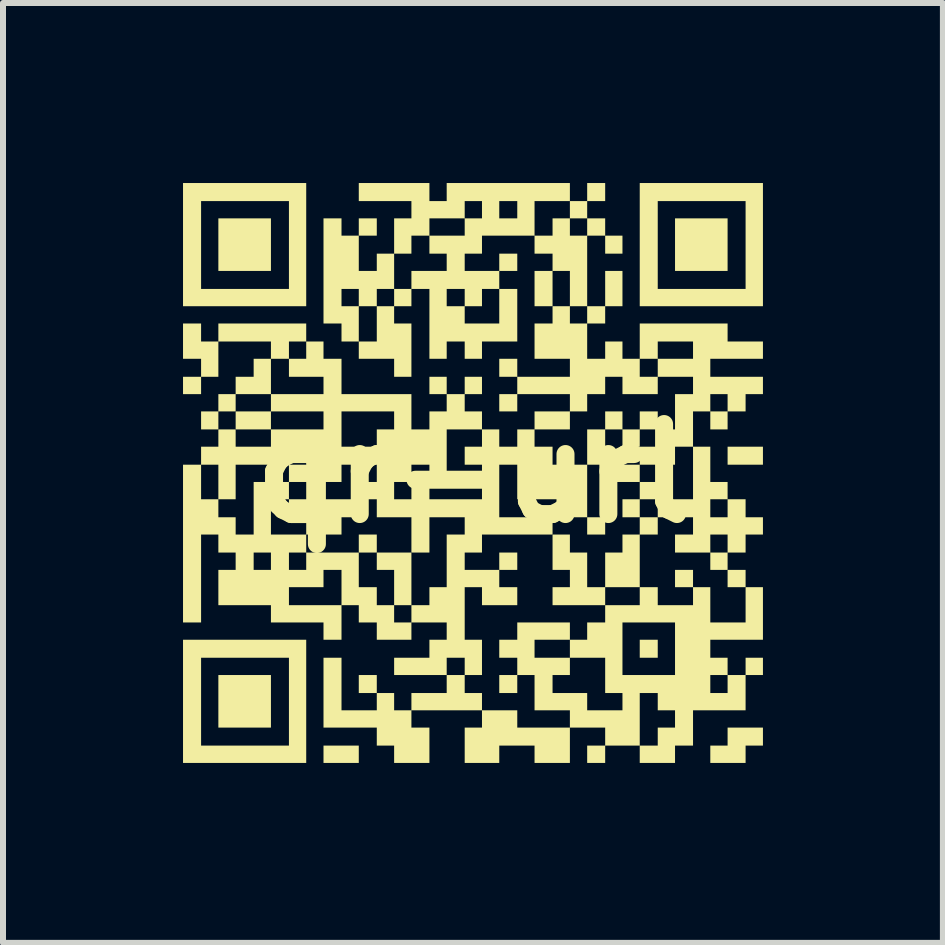
<source format=kicad_pcb>
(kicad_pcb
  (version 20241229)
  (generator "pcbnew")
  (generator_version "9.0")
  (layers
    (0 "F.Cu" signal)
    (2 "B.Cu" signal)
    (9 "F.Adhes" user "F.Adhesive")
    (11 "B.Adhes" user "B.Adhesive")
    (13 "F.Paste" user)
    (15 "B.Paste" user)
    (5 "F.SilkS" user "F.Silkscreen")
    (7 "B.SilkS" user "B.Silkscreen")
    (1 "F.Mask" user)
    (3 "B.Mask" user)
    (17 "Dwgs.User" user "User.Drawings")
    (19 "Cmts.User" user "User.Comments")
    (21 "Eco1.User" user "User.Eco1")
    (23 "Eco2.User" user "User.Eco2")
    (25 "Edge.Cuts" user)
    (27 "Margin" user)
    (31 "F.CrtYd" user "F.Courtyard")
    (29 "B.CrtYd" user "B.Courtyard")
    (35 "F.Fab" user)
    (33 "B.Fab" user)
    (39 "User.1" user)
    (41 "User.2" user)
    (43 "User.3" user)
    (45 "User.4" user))
  (footprint "qr-url"
    (layer "F.Cu")
    (at 4.838 4.838)
    (property "Reference" "qr-url" (at 0 0 0) (layer "F.SilkS") (effects (font (size 1.5 1.5) (thickness 0.3))))
    (attr board_only exclude_from_pos_files exclude_from_bom)
    (fp_poly (pts (xy -3.373 -3.811) (xy -3.373 -3.373) (xy -3.811 -3.373) (xy -4.249 -3.373) (xy -4.249 -3.811) (xy -4.249 -4.249) (xy -3.811 -4.249) (xy -3.373 -4.249)) (stroke (width 0) (type solid)) (fill yes) (layer "F.SilkS"))
    (fp_poly (pts (xy -3.373 -0.882) (xy -3.373 -0.732) (xy -3.667 -0.732) (xy -3.961 -0.732) (xy -3.961 -0.882) (xy -3.961 -1.032) (xy -3.667 -1.032) (xy -3.373 -1.032)) (stroke (width 0) (type solid)) (fill yes) (layer "F.SilkS"))
    (fp_poly (pts (xy -3.373 3.799) (xy -3.373 4.237) (xy -3.811 4.237) (xy -4.249 4.237) (xy -4.249 3.799) (xy -4.249 3.361) (xy -3.811 3.361) (xy -3.373 3.361)) (stroke (width 0) (type solid)) (fill yes) (layer "F.SilkS"))
    (fp_poly (pts (xy -1.909 4.681) (xy -1.909 4.826) (xy -2.203 4.826) (xy -2.497 4.826) (xy -2.497 4.681) (xy -2.497 4.537) (xy -2.203 4.537) (xy -1.909 4.537)) (stroke (width 0) (type solid)) (fill yes) (layer "F.SilkS"))
    (fp_poly (pts (xy -1.609 1.17) (xy -1.609 1.32) (xy -1.759 1.32) (xy -1.909 1.32) (xy -1.909 1.17) (xy -1.909 1.02) (xy -1.759 1.02) (xy -1.609 1.02)) (stroke (width 0) (type solid)) (fill yes) (layer "F.SilkS"))
    (fp_poly (pts (xy -1.609 3.511) (xy -1.609 3.661) (xy -1.759 3.661) (xy -1.909 3.661) (xy -1.909 3.511) (xy -1.909 3.361) (xy -1.759 3.361) (xy -1.609 3.361)) (stroke (width 0) (type solid)) (fill yes) (layer "F.SilkS"))
    (fp_poly (pts (xy 0.732 1.464) (xy 0.732 1.609) (xy 0.582 1.609) (xy 0.432 1.609) (xy 0.432 1.464) (xy 0.432 1.32) (xy 0.582 1.32) (xy 0.732 1.32)) (stroke (width 0) (type solid)) (fill yes) (layer "F.SilkS"))
    (fp_poly (pts (xy 0.732 3.511) (xy 0.732 3.661) (xy 0.582 3.661) (xy 0.432 3.661) (xy 0.432 3.511) (xy 0.432 3.361) (xy 0.582 3.361) (xy 0.732 3.361)) (stroke (width 0) (type solid)) (fill yes) (layer "F.SilkS"))
    (fp_poly (pts (xy 2.197 0.876) (xy 2.197 1.02) (xy 2.047 1.02) (xy 1.897 1.02) (xy 1.897 0.876) (xy 1.897 0.732) (xy 2.047 0.732) (xy 2.197 0.732)) (stroke (width 0) (type solid)) (fill yes) (layer "F.SilkS"))
    (fp_poly (pts (xy 2.485 -3.811) (xy 2.485 -3.661) (xy 2.341 -3.661) (xy 2.197 -3.661) (xy 2.197 -3.811) (xy 2.197 -3.961) (xy 2.341 -3.961) (xy 2.485 -3.961)) (stroke (width 0) (type solid)) (fill yes) (layer "F.SilkS"))
    (fp_poly (pts (xy 2.773 0) (xy 2.773 0.144) (xy 2.485 0.144) (xy 2.197 0.144) (xy 2.197 0) (xy 2.197 -0.144) (xy 2.485 -0.144) (xy 2.773 -0.144)) (stroke (width 0) (type solid)) (fill yes) (layer "F.SilkS"))
    (fp_poly (pts (xy 3.073 2.923) (xy 3.073 3.073) (xy 2.923 3.073) (xy 2.773 3.073) (xy 2.773 2.923) (xy 2.773 2.773) (xy 2.923 2.773) (xy 3.073 2.773)) (stroke (width 0) (type solid)) (fill yes) (layer "F.SilkS"))
    (fp_poly (pts (xy 3.661 1.753) (xy 3.661 1.897) (xy 3.511 1.897) (xy 3.361 1.897) (xy 3.361 1.753) (xy 3.361 1.609) (xy 3.511 1.609) (xy 3.661 1.609)) (stroke (width 0) (type solid)) (fill yes) (layer "F.SilkS"))
    (fp_poly (pts (xy 4.237 -3.811) (xy 4.237 -3.373) (xy 3.799 -3.373) (xy 3.361 -3.373) (xy 3.361 -3.811) (xy 3.361 -4.249) (xy 3.799 -4.249) (xy 4.237 -4.249)) (stroke (width 0) (type solid)) (fill yes) (layer "F.SilkS"))
    (fp_poly (pts (xy 4.537 1.753) (xy 4.537 1.897) (xy 4.387 1.897) (xy 4.237 1.897) (xy 4.237 1.753) (xy 4.237 1.609) (xy 4.387 1.609) (xy 4.537 1.609)) (stroke (width 0) (type solid)) (fill yes) (layer "F.SilkS"))
    (fp_poly (pts (xy 4.826 -0.294) (xy 4.826 -0.144) (xy 4.531 -0.144) (xy 4.237 -0.144) (xy 4.237 -0.294) (xy 4.237 -0.444) (xy 4.531 -0.444) (xy 4.826 -0.444)) (stroke (width 0) (type solid)) (fill yes) (layer "F.SilkS"))
    (fp_poly (pts (xy -1.032 1.759) (xy -1.032 2.197) (xy -1.176 2.197) (xy -1.32 2.197) (xy -1.32 1.903) (xy -1.32 1.609) (xy -1.464 1.609) (xy -1.609 1.609) (xy -1.609 1.464) (xy -1.609 1.32) (xy -1.32 1.32) (xy -1.032 1.32)) (stroke (width 0) (type solid)) (fill yes) (layer "F.SilkS"))
    (fp_poly (pts (xy 3.073 0.288) (xy 3.073 0.432) (xy 2.923 0.432) (xy 2.773 0.432) (xy 2.773 0.582) (xy 2.773 0.732) (xy 2.629 0.732) (xy 2.485 0.732) (xy 2.485 0.582) (xy 2.485 0.432) (xy 2.629 0.432) (xy 2.773 0.432) (xy 2.773 0.288) (xy 2.773 0.144) (xy 2.923 0.144) (xy 3.073 0.144)) (stroke (width 0) (type solid)) (fill yes) (layer "F.SilkS"))
    (fp_poly (pts (xy 4.826 4.387) (xy 4.826 4.537) (xy 4.681 4.537) (xy 4.537 4.537) (xy 4.537 4.681) (xy 4.537 4.826) (xy 4.243 4.826) (xy 3.949 4.826) (xy 3.949 4.681) (xy 3.949 4.537) (xy 4.093 4.537) (xy 4.237 4.537) (xy 4.237 4.387) (xy 4.237 4.237) (xy 4.531 4.237) (xy 4.826 4.237)) (stroke (width 0) (type solid)) (fill yes) (layer "F.SilkS"))
    (fp_poly (pts (xy -2.785 -3.811) (xy -2.785 -2.785) (xy -3.811 -2.785) (xy -4.838 -2.785) (xy -4.838 -3.811) (xy -4.838 -4.537) (xy -4.537 -4.537) (xy -4.537 -3.805) (xy -4.537 -3.073) (xy -3.805 -3.073) (xy -3.073 -3.073) (xy -3.073 -3.805) (xy -3.073 -4.537) (xy -3.805 -4.537) (xy -4.537 -4.537) (xy -4.838 -4.537) (xy -4.838 -4.838) (xy -3.811 -4.838) (xy -2.785 -4.838)) (stroke (width 0) (type solid)) (fill yes) (layer "F.SilkS"))
    (fp_poly (pts (xy -2.785 3.799) (xy -2.785 4.826) (xy -3.811 4.826) (xy -4.838 4.826) (xy -4.838 3.799) (xy -4.838 3.073) (xy -4.537 3.073) (xy -4.537 3.805) (xy -4.537 4.537) (xy -3.805 4.537) (xy -3.073 4.537) (xy -3.073 3.805) (xy -3.073 3.073) (xy -3.805 3.073) (xy -4.537 3.073) (xy -4.838 3.073) (xy -4.838 2.773) (xy -3.811 2.773) (xy -2.785 2.773)) (stroke (width 0) (type solid)) (fill yes) (layer "F.SilkS"))
    (fp_poly (pts (xy 4.826 -3.811) (xy 4.826 -2.785) (xy 3.799 -2.785) (xy 2.773 -2.785) (xy 2.773 -3.811) (xy 2.773 -4.537) (xy 3.073 -4.537) (xy 3.073 -3.805) (xy 3.073 -3.073) (xy 3.805 -3.073) (xy 4.537 -3.073) (xy 4.537 -3.805) (xy 4.537 -4.537) (xy 3.805 -4.537) (xy 3.073 -4.537) (xy 2.773 -4.537) (xy 2.773 -4.838) (xy 3.799 -4.838) (xy 4.826 -4.838)) (stroke (width 0) (type solid)) (fill yes) (layer "F.SilkS"))
    (fp_poly (pts (xy 2.485 -0.882) (xy 2.485 -0.732) (xy 2.629 -0.732) (xy 2.773 -0.732) (xy 2.773 -0.882) (xy 2.773 -1.032) (xy 2.923 -1.032) (xy 3.073 -1.032) (xy 3.073 -0.882) (xy 3.073 -0.732) (xy 2.923 -0.732) (xy 2.773 -0.732) (xy 2.773 -0.588) (xy 2.773 -0.444) (xy 2.629 -0.444) (xy 2.485 -0.444) (xy 2.485 -0.588) (xy 2.485 -0.732) (xy 2.341 -0.732) (xy 2.197 -0.732) (xy 2.197 -0.438) (xy 2.197 -0.144) (xy 2.047 -0.144) (xy 1.897 -0.144) (xy 1.897 -0.438) (xy 1.897 -0.732) (xy 2.047 -0.732) (xy 2.197 -0.732) (xy 2.197 -0.882) (xy 2.197 -1.032) (xy 2.341 -1.032) (xy 2.485 -1.032)) (stroke (width 0) (type solid)) (fill yes) (layer "F.SilkS"))
    (fp_poly (pts (xy 3.073 0.876) (xy 3.073 1.02) (xy 2.923 1.02) (xy 2.773 1.02) (xy 2.773 1.458) (xy 2.773 1.897) (xy 2.485 1.897) (xy 2.197 1.897) (xy 2.197 2.047) (xy 2.197 2.197) (xy 1.759 2.197) (xy 1.32 2.197) (xy 1.32 2.047) (xy 1.32 1.897) (xy 1.464 1.897) (xy 1.609 1.897) (xy 1.609 1.753) (xy 1.609 1.609) (xy 1.464 1.609) (xy 1.32 1.609) (xy 1.32 1.314) (xy 1.32 1.02) (xy 1.464 1.02) (xy 1.609 1.02) (xy 1.609 1.17) (xy 1.609 1.32) (xy 1.753 1.32) (xy 1.897 1.32) (xy 1.897 1.609) (xy 1.897 1.897) (xy 2.047 1.897) (xy 2.197 1.897) (xy 2.197 1.609) (xy 2.197 1.32) (xy 2.341 1.32) (xy 2.485 1.32) (xy 2.485 1.17) (xy 2.485 1.02) (xy 2.629 1.02) (xy 2.773 1.02) (xy 2.773 0.876) (xy 2.773 0.732) (xy 2.923 0.732) (xy 3.073 0.732)) (stroke (width 0) (type solid)) (fill yes) (layer "F.SilkS"))
    (fp_poly (pts (xy -2.197 3.511) (xy -2.197 3.949) (xy -1.903 3.949) (xy -1.609 3.949) (xy -1.609 3.805) (xy -1.609 3.661) (xy -1.464 3.661) (xy -1.32 3.661) (xy -1.32 3.805) (xy -1.32 3.949) (xy -1.176 3.949) (xy -1.032 3.949) (xy -1.032 3.805) (xy -1.032 3.661) (xy -0.738 3.661) (xy -0.444 3.661) (xy -0.444 3.511) (xy -0.444 3.361) (xy -0.294 3.361) (xy -0.144 3.361) (xy -0.144 3.511) (xy -0.144 3.661) (xy 0 3.661) (xy 0.144 3.661) (xy 0.144 3.805) (xy 0.144 3.949) (xy -0.444 3.949) (xy -1.032 3.949) (xy -1.032 4.093) (xy -1.032 4.237) (xy -0.882 4.237) (xy -0.732 4.237) (xy -0.732 4.531) (xy -0.732 4.826) (xy -1.026 4.826) (xy -1.32 4.826) (xy -1.32 4.681) (xy -1.32 4.537) (xy -1.464 4.537) (xy -1.609 4.537) (xy -1.609 4.387) (xy -1.609 4.237) (xy -2.053 4.237) (xy -2.497 4.237) (xy -2.497 3.655) (xy -2.497 3.073) (xy -2.347 3.073) (xy -2.197 3.073)) (stroke (width 0) (type solid)) (fill yes) (layer "F.SilkS"))
    (fp_poly (pts (xy 3.949 -0.15) (xy 3.949 0.144) (xy 4.093 0.144) (xy 4.237 0.144) (xy 4.237 0.288) (xy 4.237 0.432) (xy 4.093 0.432) (xy 3.949 0.432) (xy 3.949 0.582) (xy 3.949 0.732) (xy 4.093 0.732) (xy 4.237 0.732) (xy 4.237 0.582) (xy 4.237 0.432) (xy 4.387 0.432) (xy 4.537 0.432) (xy 4.537 0.582) (xy 4.537 0.732) (xy 4.681 0.732) (xy 4.826 0.732) (xy 4.826 0.876) (xy 4.826 1.02) (xy 4.681 1.02) (xy 4.537 1.02) (xy 4.537 1.17) (xy 4.537 1.32) (xy 4.387 1.32) (xy 4.237 1.32) (xy 4.237 1.464) (xy 4.237 1.609) (xy 4.093 1.609) (xy 3.949 1.609) (xy 3.949 1.464) (xy 3.949 1.32) (xy 4.093 1.32) (xy 4.237 1.32) (xy 4.237 1.17) (xy 4.237 1.02) (xy 4.093 1.02) (xy 3.949 1.02) (xy 3.949 1.17) (xy 3.949 1.32) (xy 3.655 1.32) (xy 3.361 1.32) (xy 3.361 1.17) (xy 3.361 1.02) (xy 3.511 1.02) (xy 3.661 1.02) (xy 3.661 0.876) (xy 3.661 0.732) (xy 3.367 0.732) (xy 3.073 0.732) (xy 3.073 0.582) (xy 3.073 0.432) (xy 3.367 0.432) (xy 3.661 0.432) (xy 3.661 -0.006) (xy 3.661 -0.444) (xy 3.805 -0.444) (xy 3.949 -0.444)) (stroke (width 0) (type solid)) (fill yes) (layer "F.SilkS"))
    (fp_poly (pts (xy -4.537 -2.347) (xy -4.537 -2.197) (xy -4.393 -2.197) (xy -4.249 -2.197) (xy -4.249 -2.347) (xy -4.249 -2.497) (xy -3.517 -2.497) (xy -2.785 -2.497) (xy -2.785 -2.347) (xy -2.785 -2.197) (xy -2.929 -2.197) (xy -3.073 -2.197) (xy -3.073 -2.053) (xy -3.073 -1.909) (xy -3.223 -1.909) (xy -3.373 -1.909) (xy -3.373 -1.615) (xy -3.373 -1.32) (xy -3.667 -1.32) (xy -3.961 -1.32) (xy -3.961 -1.176) (xy -3.961 -1.032) (xy -4.105 -1.032) (xy -4.249 -1.032) (xy -4.249 -0.882) (xy -4.249 -0.732) (xy -4.393 -0.732) (xy -4.537 -0.732) (xy -4.537 -0.882) (xy -4.537 -1.032) (xy -4.393 -1.032) (xy -4.249 -1.032) (xy -4.249 -1.176) (xy -4.249 -1.32) (xy -4.105 -1.32) (xy -3.961 -1.32) (xy -3.961 -1.464) (xy -3.961 -1.609) (xy -3.811 -1.609) (xy -3.661 -1.609) (xy -3.661 -1.759) (xy -3.661 -1.909) (xy -3.517 -1.909) (xy -3.373 -1.909) (xy -3.373 -2.053) (xy -3.373 -2.197) (xy -3.811 -2.197) (xy -4.249 -2.197) (xy -4.249 -1.903) (xy -4.249 -1.609) (xy -4.393 -1.609) (xy -4.537 -1.609) (xy -4.537 -1.464) (xy -4.537 -1.32) (xy -4.687 -1.32) (xy -4.838 -1.32) (xy -4.838 -1.464) (xy -4.838 -1.609) (xy -4.687 -1.609) (xy -4.537 -1.609) (xy -4.537 -1.759) (xy -4.537 -1.909) (xy -4.687 -1.909) (xy -4.838 -1.909) (xy -4.838 -2.203) (xy -4.838 -2.497) (xy -4.687 -2.497) (xy -4.537 -2.497)) (stroke (width 0) (type solid)) (fill yes) (layer "F.SilkS"))
    (fp_poly (pts (xy 3.073 2.047) (xy 3.073 2.197) (xy 3.367 2.197) (xy 3.661 2.197) (xy 3.661 2.047) (xy 3.661 1.897) (xy 3.805 1.897) (xy 3.949 1.897) (xy 3.949 2.191) (xy 3.949 2.485) (xy 4.243 2.485) (xy 4.537 2.485) (xy 4.537 2.191) (xy 4.537 1.897) (xy 4.681 1.897) (xy 4.826 1.897) (xy 4.826 2.335) (xy 4.826 2.773) (xy 4.387 2.773) (xy 3.949 2.773) (xy 3.949 2.923) (xy 3.949 3.073) (xy 4.093 3.073) (xy 4.237 3.073) (xy 4.237 3.217) (xy 4.237 3.361) (xy 4.387 3.361) (xy 4.537 3.361) (xy 4.537 3.217) (xy 4.537 3.073) (xy 4.681 3.073) (xy 4.826 3.073) (xy 4.826 3.217) (xy 4.826 3.361) (xy 4.681 3.361) (xy 4.537 3.361) (xy 4.537 3.655) (xy 4.537 3.949) (xy 4.099 3.949) (xy 3.661 3.949) (xy 3.661 4.243) (xy 3.661 4.537) (xy 3.511 4.537) (xy 3.361 4.537) (xy 3.361 4.681) (xy 3.361 4.826) (xy 3.067 4.826) (xy 2.773 4.826) (xy 2.773 4.681) (xy 2.773 4.537) (xy 2.485 4.537) (xy 2.197 4.537) (xy 2.197 4.681) (xy 2.197 4.826) (xy 2.047 4.826) (xy 1.897 4.826) (xy 1.897 4.681) (xy 1.897 4.537) (xy 2.047 4.537) (xy 2.197 4.537) (xy 2.197 4.387) (xy 2.197 4.237) (xy 1.903 4.237) (xy 1.609 4.237) (xy 1.609 4.531) (xy 1.609 4.826) (xy 1.314 4.826) (xy 1.02 4.826) (xy 1.02 4.681) (xy 1.02 4.537) (xy 0.726 4.537) (xy 0.432 4.537) (xy 0.432 4.681) (xy 0.432 4.826) (xy 0.144 4.826) (xy -0.144 4.826) (xy -0.144 4.531) (xy -0.144 4.237) (xy 0 4.237) (xy 0.144 4.237) (xy 0.144 4.093) (xy 0.144 3.949) (xy 0.438 3.949) (xy 0.732 3.949) (xy 0.732 4.093) (xy 0.732 4.237) (xy 1.17 4.237) (xy 1.609 4.237) (xy 1.609 4.093) (xy 1.609 3.949) (xy 1.314 3.949) (xy 1.02 3.949) (xy 1.02 3.661) (xy 1.32 3.661) (xy 1.609 3.661) (xy 1.897 3.661) (xy 1.897 3.805) (xy 1.897 3.949) (xy 2.191 3.949) (xy 2.485 3.949) (xy 2.485 3.805) (xy 2.485 3.661) (xy 2.773 3.661) (xy 2.773 4.099) (xy 2.773 4.537) (xy 2.923 4.537) (xy 3.073 4.537) (xy 3.073 4.387) (xy 3.073 4.237) (xy 3.217 4.237) (xy 3.361 4.237) (xy 3.361 4.093) (xy 3.361 3.949) (xy 3.217 3.949) (xy 3.073 3.949) (xy 3.073 3.805) (xy 3.073 3.661) (xy 2.923 3.661) (xy 2.773 3.661) (xy 2.485 3.661) (xy 2.341 3.661) (xy 2.197 3.661) (xy 2.197 3.367) (xy 2.197 3.073) (xy 1.903 3.073) (xy 1.609 3.073) (xy 1.609 3.217) (xy 1.609 3.361) (xy 1.464 3.361) (xy 1.32 3.361) (xy 1.32 3.511) (xy 1.32 3.661) (xy 1.02 3.661) (xy 1.02 3.655) (xy 1.02 3.361) (xy 0.876 3.361) (xy 0.732 3.361) (xy 0.732 3.217) (xy 0.732 3.073) (xy 0.582 3.073) (xy 0.432 3.073) (xy 0.432 2.923) (xy 0.432 2.773) (xy 0.582 2.773) (xy 0.732 2.773) (xy 0.732 2.629) (xy 0.732 2.485) (xy 1.17 2.485) (xy 1.609 2.485) (xy 1.609 2.629) (xy 1.609 2.773) (xy 1.314 2.773) (xy 1.02 2.773) (xy 1.02 2.923) (xy 1.02 3.073) (xy 1.314 3.073) (xy 1.609 3.073) (xy 1.609 2.923) (xy 1.609 2.773) (xy 1.753 2.773) (xy 1.897 2.773) (xy 1.897 2.629) (xy 1.897 2.485) (xy 2.047 2.485) (xy 2.197 2.485) (xy 2.485 2.485) (xy 2.485 2.923) (xy 2.485 3.361) (xy 2.923 3.361) (xy 3.361 3.361) (xy 3.949 3.361) (xy 3.949 3.511) (xy 3.949 3.661) (xy 4.093 3.661) (xy 4.237 3.661) (xy 4.237 3.511) (xy 4.237 3.361) (xy 4.093 3.361) (xy 3.949 3.361) (xy 3.361 3.361) (xy 3.361 2.923) (xy 3.361 2.485) (xy 2.923 2.485) (xy 2.485 2.485) (xy 2.197 2.485) (xy 2.197 2.341) (xy 2.197 2.197) (xy 2.485 2.197) (xy 2.773 2.197) (xy 2.773 2.047) (xy 2.773 1.897) (xy 2.923 1.897) (xy 3.073 1.897)) (stroke (width 0) (type solid)) (fill yes) (layer "F.SilkS"))
    (fp_poly (pts (xy -0.732 -4.687) (xy -0.732 -4.537) (xy -0.588 -4.537) (xy -0.444 -4.537) (xy -0.444 -4.687) (xy -0.444 -4.838) (xy 0.582 -4.838) (xy 1.609 -4.838) (xy 1.609 -4.687) (xy 1.609 -4.537) (xy 1.753 -4.537) (xy 1.897 -4.537) (xy 1.897 -4.687) (xy 1.897 -4.838) (xy 2.047 -4.838) (xy 2.197 -4.838) (xy 2.197 -4.687) (xy 2.197 -4.537) (xy 2.047 -4.537) (xy 1.897 -4.537) (xy 1.897 -4.393) (xy 1.897 -4.249) (xy 1.753 -4.249) (xy 1.609 -4.249) (xy 1.609 -4.105) (xy 1.609 -3.961) (xy 1.753 -3.961) (xy 1.897 -3.961) (xy 1.897 -4.105) (xy 1.897 -4.249) (xy 2.047 -4.249) (xy 2.197 -4.249) (xy 2.197 -4.105) (xy 2.197 -3.961) (xy 2.047 -3.961) (xy 1.897 -3.961) (xy 1.897 -3.373) (xy 1.897 -2.785) (xy 2.047 -2.785) (xy 2.197 -2.785) (xy 2.197 -3.079) (xy 2.197 -3.373) (xy 2.341 -3.373) (xy 2.485 -3.373) (xy 2.485 -3.079) (xy 2.485 -2.785) (xy 2.341 -2.785) (xy 2.197 -2.785) (xy 2.197 -2.641) (xy 2.197 -2.497) (xy 2.047 -2.497) (xy 1.897 -2.497) (xy 1.897 -2.203) (xy 1.897 -1.909) (xy 2.047 -1.909) (xy 2.197 -1.909) (xy 2.197 -2.053) (xy 2.197 -2.197) (xy 2.341 -2.197) (xy 2.485 -2.197) (xy 2.485 -2.053) (xy 2.485 -1.909) (xy 2.629 -1.909) (xy 2.773 -1.909) (xy 2.773 -2.203) (xy 2.773 -2.497) (xy 3.505 -2.497) (xy 4.237 -2.497) (xy 4.237 -2.347) (xy 4.237 -2.197) (xy 4.531 -2.197) (xy 4.826 -2.197) (xy 4.826 -2.053) (xy 4.826 -1.909) (xy 4.387 -1.909) (xy 3.949 -1.909) (xy 3.949 -1.759) (xy 3.949 -1.609) (xy 4.387 -1.609) (xy 4.826 -1.609) (xy 4.826 -1.464) (xy 4.826 -1.32) (xy 4.681 -1.32) (xy 4.537 -1.32) (xy 4.537 -1.176) (xy 4.537 -1.032) (xy 4.387 -1.032) (xy 4.237 -1.032) (xy 4.237 -0.882) (xy 4.237 -0.732) (xy 4.093 -0.732) (xy 3.949 -0.732) (xy 3.949 -0.882) (xy 3.949 -1.032) (xy 3.805 -1.032) (xy 3.661 -1.032) (xy 3.661 -0.738) (xy 3.661 -0.444) (xy 3.511 -0.444) (xy 3.361 -0.444) (xy 3.361 -0.294) (xy 3.361 -0.144) (xy 3.067 -0.144) (xy 2.773 -0.144) (xy 2.773 -0.294) (xy 2.773 -0.444) (xy 2.923 -0.444) (xy 3.073 -0.444) (xy 3.073 -0.588) (xy 3.073 -0.732) (xy 3.217 -0.732) (xy 3.361 -0.732) (xy 3.361 -1.026) (xy 3.361 -1.32) (xy 3.511 -1.32) (xy 3.661 -1.32) (xy 3.949 -1.32) (xy 3.949 -1.176) (xy 3.949 -1.032) (xy 4.093 -1.032) (xy 4.237 -1.032) (xy 4.237 -1.176) (xy 4.237 -1.32) (xy 4.093 -1.32) (xy 3.949 -1.32) (xy 3.661 -1.32) (xy 3.661 -1.464) (xy 3.661 -1.609) (xy 3.367 -1.609) (xy 3.073 -1.609) (xy 3.073 -1.464) (xy 3.073 -1.32) (xy 2.779 -1.32) (xy 2.485 -1.32) (xy 2.485 -1.464) (xy 2.485 -1.609) (xy 2.773 -1.609) (xy 2.923 -1.609) (xy 3.073 -1.609) (xy 3.073 -1.759) (xy 3.073 -1.909) (xy 3.367 -1.909) (xy 3.661 -1.909) (xy 3.661 -2.053) (xy 3.661 -2.197) (xy 3.367 -2.197) (xy 3.073 -2.197) (xy 3.073 -2.053) (xy 3.073 -1.909) (xy 2.923 -1.909) (xy 2.773 -1.909) (xy 2.773 -1.759) (xy 2.773 -1.609) (xy 2.485 -1.609) (xy 2.341 -1.609) (xy 2.197 -1.609) (xy 2.197 -1.464) (xy 2.197 -1.32) (xy 2.047 -1.32) (xy 1.897 -1.32) (xy 1.897 -1.176) (xy 1.897 -1.032) (xy 1.753 -1.032) (xy 1.609 -1.032) (xy 1.609 -0.882) (xy 1.609 -0.732) (xy 1.314 -0.732) (xy 1.02 -0.732) (xy 1.02 -0.588) (xy 1.02 -0.444) (xy 1.17 -0.444) (xy 1.32 -0.444) (xy 1.32 -0.294) (xy 1.32 -0.144) (xy 1.609 -0.144) (xy 1.897 -0.144) (xy 1.897 0.294) (xy 1.897 0.732) (xy 1.753 0.732) (xy 1.609 0.732) (xy 1.609 0.582) (xy 1.609 0.432) (xy 1.17 0.432) (xy 0.732 0.432) (xy 0.732 0.144) (xy 0.732 -0.144) (xy 0.582 -0.144) (xy 0.432 -0.144) (xy 0.432 0.294) (xy 0.432 0.732) (xy 0.876 0.732) (xy 1.32 0.732) (xy 1.32 0.876) (xy 1.32 1.02) (xy 0.732 1.02) (xy 0.144 1.02) (xy 0.144 1.17) (xy 0.144 1.32) (xy 0 1.32) (xy -0.144 1.32) (xy -0.144 1.464) (xy -0.144 1.609) (xy 0.144 1.609) (xy 0.432 1.609) (xy 0.432 1.753) (xy 0.432 1.897) (xy 0.582 1.897) (xy 0.732 1.897) (xy 0.732 2.047) (xy 0.732 2.197) (xy 0.438 2.197) (xy 0.144 2.197) (xy 0.144 2.047) (xy 0.144 1.897) (xy 0 1.897) (xy -0.144 1.897) (xy -0.144 2.335) (xy -0.144 2.773) (xy 0 2.773) (xy 0.144 2.773) (xy 0.144 3.067) (xy 0.144 3.361) (xy 0 3.361) (xy -0.144 3.361) (xy -0.144 3.217) (xy -0.144 3.073) (xy -0.294 3.073) (xy -0.444 3.073) (xy -0.444 3.217) (xy -0.444 3.361) (xy -0.882 3.361) (xy -1.32 3.361) (xy -1.32 3.217) (xy -1.32 3.073) (xy -1.026 3.073) (xy -0.732 3.073) (xy -0.732 2.923) (xy -0.732 2.773) (xy -0.588 2.773) (xy -0.444 2.773) (xy -0.444 2.629) (xy -0.444 2.485) (xy -0.738 2.485) (xy -1.032 2.485) (xy -1.032 2.629) (xy -1.032 2.773) (xy -1.32 2.773) (xy -1.609 2.773) (xy -1.609 2.629) (xy -1.609 2.485) (xy -1.759 2.485) (xy -1.909 2.485) (xy -1.909 2.341) (xy -1.909 2.197) (xy -2.053 2.197) (xy -2.197 2.197) (xy -2.197 2.485) (xy -2.197 2.773) (xy -2.347 2.773) (xy -2.497 2.773) (xy -2.497 2.629) (xy -2.497 2.485) (xy -2.935 2.485) (xy -3.373 2.485) (xy -3.373 2.341) (xy -3.373 2.197) (xy -3.073 2.197) (xy -2.635 2.197) (xy -2.197 2.197) (xy -2.197 1.903) (xy -2.197 1.609) (xy -2.347 1.609) (xy -2.497 1.609) (xy -2.497 1.753) (xy -2.497 1.897) (xy -2.785 1.897) (xy -3.073 1.897) (xy -3.073 2.047) (xy -3.073 2.197) (xy -3.373 2.197) (xy -3.811 2.197) (xy -4.249 2.197) (xy -4.249 1.903) (xy -4.249 1.609) (xy -4.105 1.609) (xy -3.961 1.609) (xy -3.961 1.464) (xy -3.961 1.32) (xy -3.661 1.32) (xy -3.661 1.464) (xy -3.661 1.609) (xy -3.517 1.609) (xy -3.373 1.609) (xy -3.373 1.464) (xy -3.373 1.32) (xy -3.517 1.32) (xy -3.661 1.32) (xy -3.961 1.32) (xy -4.105 1.32) (xy -4.249 1.32) (xy -4.249 1.17) (xy -4.249 1.02) (xy -4.393 1.02) (xy -4.537 1.02) (xy -4.537 1.753) (xy -4.537 2.485) (xy -4.687 2.485) (xy -4.838 2.485) (xy -4.838 1.17) (xy -4.838 0.432) (xy -4.537 0.432) (xy -4.393 0.432) (xy -4.249 0.432) (xy -4.249 0.582) (xy -4.249 0.732) (xy -4.105 0.732) (xy -3.961 0.732) (xy -3.961 0.876) (xy -3.961 1.02) (xy -3.811 1.02) (xy -3.661 1.02) (xy -3.373 1.02) (xy -3.079 1.02) (xy -2.785 1.02) (xy -2.785 1.17) (xy -2.785 1.32) (xy -2.929 1.32) (xy -3.073 1.32) (xy -3.073 1.464) (xy -3.073 1.609) (xy -2.929 1.609) (xy -2.785 1.609) (xy -2.785 1.464) (xy -2.785 1.32) (xy -2.347 1.32) (xy -1.909 1.32) (xy -1.909 1.609) (xy -1.909 1.897) (xy -1.759 1.897) (xy -1.609 1.897) (xy -1.609 2.047) (xy -1.609 2.197) (xy -1.464 2.197) (xy -1.32 2.197) (xy -1.32 2.341) (xy -1.32 2.485) (xy -1.176 2.485) (xy -1.032 2.485) (xy -1.032 2.341) (xy -1.032 2.197) (xy -0.882 2.197) (xy -0.732 2.197) (xy -0.732 2.047) (xy -0.732 1.897) (xy -0.588 1.897) (xy -0.444 1.897) (xy -0.444 1.458) (xy -0.444 1.02) (xy -0.294 1.02) (xy -0.144 1.02) (xy -0.144 0.876) (xy -0.144 0.732) (xy -0.438 0.732) (xy -0.732 0.732) (xy -0.732 1.026) (xy -0.732 1.32) (xy -0.882 1.32) (xy -1.032 1.32) (xy -1.032 1.026) (xy -1.032 0.732) (xy -1.32 0.732) (xy -1.609 0.732) (xy -1.609 0.582) (xy -1.609 0.432) (xy -1.759 0.432) (xy -1.909 0.432) (xy -1.909 0.582) (xy -1.909 0.732) (xy -2.053 0.732) (xy -2.197 0.732) (xy -2.197 0.876) (xy -2.197 1.02) (xy -2.491 1.02) (xy -2.785 1.02) (xy -2.785 0.876) (xy -2.785 0.732) (xy -2.929 0.732) (xy -3.073 0.732) (xy -3.073 0.582) (xy -3.073 0.432) (xy -2.929 0.432) (xy -2.785 0.432) (xy -2.497 0.432) (xy -2.203 0.432) (xy -1.909 0.432) (xy -1.909 0.288) (xy -1.909 0.144) (xy -1.759 0.144) (xy -1.609 0.144) (xy -1.609 0) (xy -1.609 -0.144) (xy -1.903 -0.144) (xy -2.197 -0.144) (xy -2.197 0) (xy -2.197 0.144) (xy -2.347 0.144) (xy -2.497 0.144) (xy -2.497 0.288) (xy -2.497 0.432) (xy -2.785 0.432) (xy -2.785 0.288) (xy -2.785 0.144) (xy -2.929 0.144) (xy -3.073 0.144) (xy -3.073 0.288) (xy -3.073 0.432) (xy -3.223 0.432) (xy -3.373 0.432) (xy -3.373 0.726) (xy -3.373 1.02) (xy -3.661 1.02) (xy -3.661 0.582) (xy -3.661 0.144) (xy -3.367 0.144) (xy -3.073 0.144) (xy -3.073 0) (xy -3.073 -0.144) (xy -2.929 -0.144) (xy -2.785 -0.144) (xy -2.785 -0.294) (xy -2.785 -0.444) (xy -2.929 -0.444) (xy -3.073 -0.444) (xy -3.073 -0.294) (xy -3.073 -0.144) (xy -3.517 -0.144) (xy -3.961 -0.144) (xy -3.961 0.144) (xy -3.961 0.432) (xy -4.105 0.432) (xy -4.249 0.432) (xy -4.249 0.144) (xy -4.249 -0.144) (xy -4.393 -0.144) (xy -4.537 -0.144) (xy -4.537 0.144) (xy -4.537 0.432) (xy -4.838 0.432) (xy -4.838 -0.144) (xy -4.687 -0.144) (xy -4.537 -0.144) (xy -4.537 -0.294) (xy -4.537 -0.444) (xy -4.393 -0.444) (xy -4.249 -0.444) (xy -4.249 -0.588) (xy -4.249 -0.732) (xy -4.105 -0.732) (xy -3.961 -0.732) (xy -3.961 -0.588) (xy -3.961 -0.444) (xy -3.667 -0.444) (xy -3.373 -0.444) (xy -3.373 -0.588) (xy -3.373 -0.732) (xy -2.935 -0.732) (xy -2.497 -0.732) (xy -2.497 -0.882) (xy -2.497 -1.032) (xy -2.197 -1.032) (xy -2.197 -0.738) (xy -2.197 -0.444) (xy -1.903 -0.444) (xy -1.609 -0.444) (xy -1.609 -0.588) (xy -1.609 -0.732) (xy -1.464 -0.732) (xy -1.32 -0.732) (xy -1.32 -0.882) (xy -1.32 -1.032) (xy -1.759 -1.032) (xy -2.197 -1.032) (xy -2.497 -1.032) (xy -2.935 -1.032) (xy -3.373 -1.032) (xy -3.373 -1.176) (xy -3.373 -1.32) (xy -2.935 -1.32) (xy -2.497 -1.32) (xy -2.497 -1.464) (xy -2.497 -1.609) (xy -2.785 -1.609) (xy -3.073 -1.609) (xy -3.073 -1.759) (xy -3.073 -1.909) (xy -2.929 -1.909) (xy -2.785 -1.909) (xy -2.785 -2.053) (xy -2.785 -2.197) (xy -2.641 -2.197) (xy -2.497 -2.197) (xy -2.497 -2.053) (xy -2.497 -1.909) (xy -2.347 -1.909) (xy -2.197 -1.909) (xy -2.197 -1.615) (xy -2.197 -1.32) (xy -1.615 -1.32) (xy -1.032 -1.32) (xy -1.032 -1.026) (xy -1.032 -0.732) (xy -0.882 -0.732) (xy -0.732 -0.732) (xy -0.732 -0.882) (xy -0.732 -1.032) (xy -0.588 -1.032) (xy -0.444 -1.032) (xy -0.444 -1.176) (xy -0.444 -1.32) (xy -0.588 -1.32) (xy -0.732 -1.32) (xy -0.732 -1.464) (xy -0.732 -1.609) (xy -0.588 -1.609) (xy -0.444 -1.609) (xy -0.444 -1.464) (xy -0.444 -1.32) (xy -0.294 -1.32) (xy -0.144 -1.32) (xy -0.144 -1.464) (xy -0.144 -1.609) (xy 0 -1.609) (xy 0.144 -1.609) (xy 0.144 -1.464) (xy 0.144 -1.32) (xy 0 -1.32) (xy -0.144 -1.32) (xy -0.144 -1.176) (xy -0.144 -1.032) (xy 0 -1.032) (xy 0.144 -1.032) (xy 0.144 -0.882) (xy 0.144 -0.732) (xy -0.15 -0.732) (xy -0.444 -0.732) (xy -0.444 -0.294) (xy -0.444 0.144) (xy -0.588 0.144) (xy -0.732 0.144) (xy -0.732 0) (xy -0.732 -0.144) (xy -0.882 -0.144) (xy -1.032 -0.144) (xy -1.032 0) (xy -1.032 0.144) (xy -1.176 0.144) (xy -1.32 0.144) (xy -1.32 0.288) (xy -1.32 0.432) (xy -1.176 0.432) (xy -1.032 0.432) (xy -1.032 0.288) (xy -1.032 0.144) (xy -0.882 0.144) (xy -0.732 0.144) (xy -0.732 0.288) (xy -0.732 0.432) (xy -0.294 0.432) (xy 0.144 0.432) (xy 0.144 0.144) (xy 0.144 -0.144) (xy 0 -0.144) (xy -0.144 -0.144) (xy -0.144 -0.294) (xy -0.144 -0.444) (xy 0 -0.444) (xy 0.144 -0.444) (xy 0.144 -0.588) (xy 0.144 -0.732) (xy 0.288 -0.732) (xy 0.432 -0.732) (xy 0.432 -0.588) (xy 0.432 -0.444) (xy 0.582 -0.444) (xy 0.732 -0.444) (xy 0.732 -0.588) (xy 0.732 -0.732) (xy 0.876 -0.732) (xy 1.02 -0.732) (xy 1.02 -0.882) (xy 1.02 -1.032) (xy 1.314 -1.032) (xy 1.609 -1.032) (xy 1.609 -1.176) (xy 1.609 -1.32) (xy 1.17 -1.32) (xy 0.732 -1.32) (xy 0.732 -1.176) (xy 0.732 -1.032) (xy 0.582 -1.032) (xy 0.432 -1.032) (xy 0.432 -1.176) (xy 0.432 -1.32) (xy 0.582 -1.32) (xy 0.732 -1.32) (xy 0.732 -1.464) (xy 0.732 -1.609) (xy 0.582 -1.609) (xy 0.432 -1.609) (xy 0.432 -1.759) (xy 0.432 -1.909) (xy 0.582 -1.909) (xy 0.732 -1.909) (xy 0.732 -1.759) (xy 0.732 -1.609) (xy 1.17 -1.609) (xy 1.609 -1.609) (xy 1.609 -1.759) (xy 1.609 -1.909) (xy 1.314 -1.909) (xy 1.02 -1.909) (xy 1.02 -2.203) (xy 1.02 -2.497) (xy 1.17 -2.497) (xy 1.32 -2.497) (xy 1.32 -2.641) (xy 1.32 -2.785) (xy 1.17 -2.785) (xy 1.02 -2.785) (xy 1.02 -3.079) (xy 1.02 -3.373) (xy 1.17 -3.373) (xy 1.32 -3.373) (xy 1.32 -3.079) (xy 1.32 -2.785) (xy 1.464 -2.785) (xy 1.609 -2.785) (xy 1.609 -2.641) (xy 1.609 -2.497) (xy 1.753 -2.497) (xy 1.897 -2.497) (xy 1.897 -2.641) (xy 1.897 -2.785) (xy 1.753 -2.785) (xy 1.609 -2.785) (xy 1.609 -3.079) (xy 1.609 -3.373) (xy 1.464 -3.373) (xy 1.32 -3.373) (xy 1.32 -3.517) (xy 1.32 -3.661) (xy 1.17 -3.661) (xy 1.02 -3.661) (xy 1.02 -3.811) (xy 1.02 -3.961) (xy 0.582 -3.961) (xy 0.144 -3.961) (xy 0.144 -3.811) (xy 0.144 -3.661) (xy 0 -3.661) (xy -0.144 -3.661) (xy -0.144 -3.517) (xy -0.144 -3.373) (xy 0.144 -3.373) (xy 0.432 -3.373) (xy 0.432 -3.517) (xy 0.432 -3.661) (xy 0.582 -3.661) (xy 0.732 -3.661) (xy 0.732 -3.517) (xy 0.732 -3.373) (xy 0.582 -3.373) (xy 0.432 -3.373) (xy 0.432 -3.223) (xy 0.432 -3.073) (xy 0.288 -3.073) (xy 0.144 -3.073) (xy 0.144 -2.929) (xy 0.144 -2.785) (xy 0 -2.785) (xy -0.144 -2.785) (xy -0.144 -2.929) (xy -0.144 -3.073) (xy -0.294 -3.073) (xy -0.444 -3.073) (xy -0.444 -2.929) (xy -0.444 -2.785) (xy -0.294 -2.785) (xy -0.144 -2.785) (xy -0.144 -2.641) (xy -0.144 -2.497) (xy 0.144 -2.497) (xy 0.432 -2.497) (xy 0.432 -2.785) (xy 0.432 -3.073) (xy 0.582 -3.073) (xy 0.732 -3.073) (xy 0.732 -2.635) (xy 0.732 -2.197) (xy 0.438 -2.197) (xy 0.144 -2.197) (xy 0.144 -2.053) (xy 0.144 -1.909) (xy 0 -1.909) (xy -0.144 -1.909) (xy -0.144 -2.053) (xy -0.144 -2.197) (xy -0.294 -2.197) (xy -0.444 -2.197) (xy -0.444 -2.053) (xy -0.444 -1.909) (xy -0.588 -1.909) (xy -0.732 -1.909) (xy -0.732 -2.491) (xy -0.732 -3.073) (xy -0.882 -3.073) (xy -1.032 -3.073) (xy -1.032 -2.929) (xy -1.032 -2.785) (xy -1.176 -2.785) (xy -1.32 -2.785) (xy -1.32 -2.641) (xy -1.32 -2.497) (xy -1.176 -2.497) (xy -1.032 -2.497) (xy -1.032 -2.053) (xy -1.032 -1.609) (xy -1.176 -1.609) (xy -1.32 -1.609) (xy -1.32 -1.759) (xy -1.32 -1.909) (xy -1.615 -1.909) (xy -1.909 -1.909) (xy -1.909 -2.053) (xy -1.909 -2.197) (xy -2.053 -2.197) (xy -2.197 -2.197) (xy -2.197 -2.347) (xy -2.197 -2.497) (xy -2.347 -2.497) (xy -2.497 -2.497) (xy -2.497 -2.785) (xy -2.197 -2.785) (xy -2.053 -2.785) (xy -1.909 -2.785) (xy -1.909 -2.491) (xy -1.909 -2.197) (xy -1.759 -2.197) (xy -1.609 -2.197) (xy -1.609 -2.491) (xy -1.609 -2.785) (xy -1.464 -2.785) (xy -1.32 -2.785) (xy -1.32 -2.929) (xy -1.32 -3.073) (xy -1.176 -3.073) (xy -1.032 -3.073) (xy -1.032 -3.223) (xy -1.032 -3.373) (xy -0.738 -3.373) (xy -0.444 -3.373) (xy -0.444 -3.517) (xy -0.444 -3.661) (xy -0.588 -3.661) (xy -0.732 -3.661) (xy -0.732 -3.811) (xy -0.732 -3.961) (xy -0.438 -3.961) (xy -0.144 -3.961) (xy -0.144 -4.105) (xy -0.144 -4.249) (xy 0 -4.249) (xy 0.144 -4.249) (xy 0.144 -4.393) (xy 0.144 -4.537) (xy 0.432 -4.537) (xy 0.432 -4.393) (xy 0.432 -4.249) (xy 0.582 -4.249) (xy 0.732 -4.249) (xy 0.732 -4.393) (xy 0.732 -4.537) (xy 1.02 -4.537) (xy 1.02 -4.249) (xy 1.02 -3.961) (xy 1.17 -3.961) (xy 1.32 -3.961) (xy 1.32 -4.105) (xy 1.32 -4.249) (xy 1.464 -4.249) (xy 1.609 -4.249) (xy 1.609 -4.393) (xy 1.609 -4.537) (xy 1.314 -4.537) (xy 1.02 -4.537) (xy 0.732 -4.537) (xy 0.582 -4.537) (xy 0.432 -4.537) (xy 0.144 -4.537) (xy 0 -4.537) (xy -0.144 -4.537) (xy -0.144 -4.393) (xy -0.144 -4.249) (xy -0.438 -4.249) (xy -0.732 -4.249) (xy -0.732 -4.105) (xy -0.732 -3.961) (xy -0.882 -3.961) (xy -1.032 -3.961) (xy -1.032 -3.811) (xy -1.032 -3.661) (xy -1.176 -3.661) (xy -1.32 -3.661) (xy -1.32 -3.367) (xy -1.32 -3.073) (xy -1.464 -3.073) (xy -1.609 -3.073) (xy -1.609 -2.929) (xy -1.609 -2.785) (xy -1.759 -2.785) (xy -1.909 -2.785) (xy -1.909 -2.929) (xy -1.909 -3.073) (xy -2.053 -3.073) (xy -2.197 -3.073) (xy -2.197 -2.929) (xy -2.197 -2.785) (xy -2.497 -2.785) (xy -2.497 -3.373) (xy -2.497 -4.249) (xy -2.347 -4.249) (xy -2.197 -4.249) (xy -2.197 -4.105) (xy -2.197 -3.961) (xy -2.053 -3.961) (xy -1.909 -3.961) (xy -1.909 -4.105) (xy -1.909 -4.249) (xy -1.759 -4.249) (xy -1.609 -4.249) (xy -1.609 -4.105) (xy -1.609 -3.961) (xy -1.759 -3.961) (xy -1.909 -3.961) (xy -1.909 -3.667) (xy -1.909 -3.373) (xy -1.759 -3.373) (xy -1.609 -3.373) (xy -1.609 -3.517) (xy -1.609 -3.661) (xy -1.464 -3.661) (xy -1.32 -3.661) (xy -1.32 -3.955) (xy -1.32 -4.249) (xy -1.176 -4.249) (xy -1.032 -4.249) (xy -1.032 -4.393) (xy -1.032 -4.537) (xy -1.47 -4.537) (xy -1.909 -4.537) (xy -1.909 -4.687) (xy -1.909 -4.838) (xy -1.32 -4.838) (xy -0.732 -4.838)) (stroke (width 0) (type solid)) (fill yes) (layer "F.SilkS")))
  (gr_rect
    (start -3 -3)
    (end 12.663 12.663)
    (stroke (width 0.1) (type default))
    (fill no)
    (layer "Edge.Cuts")))
</source>
